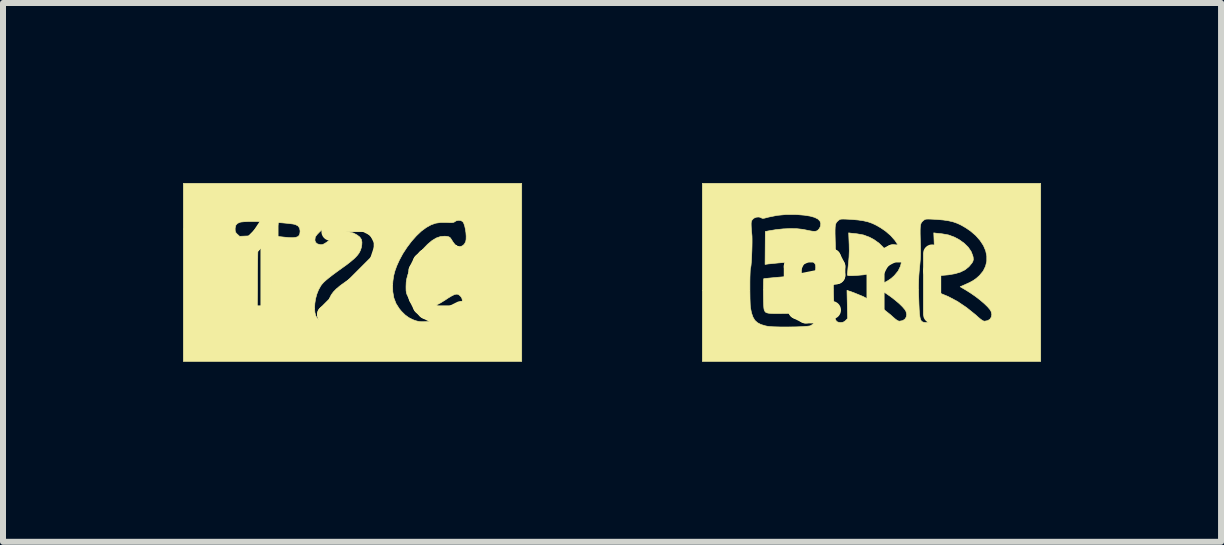
<source format=kicad_pcb>
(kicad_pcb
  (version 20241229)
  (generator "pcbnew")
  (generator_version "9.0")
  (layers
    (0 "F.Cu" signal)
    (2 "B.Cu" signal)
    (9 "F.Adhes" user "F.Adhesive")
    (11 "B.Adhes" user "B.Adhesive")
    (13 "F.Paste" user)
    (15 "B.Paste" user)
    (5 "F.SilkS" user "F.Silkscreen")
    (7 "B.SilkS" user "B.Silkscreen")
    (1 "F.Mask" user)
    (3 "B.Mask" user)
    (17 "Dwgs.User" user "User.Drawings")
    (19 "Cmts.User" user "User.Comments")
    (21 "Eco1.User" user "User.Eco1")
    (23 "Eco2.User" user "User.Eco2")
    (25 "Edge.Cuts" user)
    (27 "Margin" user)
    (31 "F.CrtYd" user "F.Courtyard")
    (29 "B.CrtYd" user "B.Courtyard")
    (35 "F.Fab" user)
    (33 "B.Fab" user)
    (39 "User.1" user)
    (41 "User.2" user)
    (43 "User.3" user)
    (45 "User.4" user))
  (footprint "err"
    (layer "F.Cu")
    (at 11.467 1.5)
    (property "Reference" "err" (at 0 0 0) (layer "F.SilkS") (effects (font (size 1.524 1.524) (thickness 0.3))))
    (attr through_hole)
    (fp_poly (pts (xy -0.344 -0.665) (xy -0.317 -0.662) (xy -0.277 -0.658) (xy -0.237 -0.654) (xy -0.13 -0.635) (xy -0.026 -0.596) (xy 0.05 -0.555) (xy 0.133 -0.495) (xy 0.2 -0.429) (xy 0.248 -0.358) (xy 0.277 -0.286) (xy 0.282 -0.258) (xy 0.284 -0.222) (xy 0.276 -0.193) (xy 0.26 -0.166) (xy 0.211 -0.106) (xy 0.148 -0.056) (xy 0.071 -0.017) (xy -0.022 0.011) (xy -0.132 0.03) (xy -0.248 0.04) (xy -0.307 0.043) (xy -0.348 0.044) (xy -0.374 0.043) (xy -0.388 0.041) (xy -0.394 0.035) (xy -0.396 0.027) (xy -0.396 0.025) (xy -0.395 0.007) (xy -0.391 -0.029) (xy -0.387 -0.078) (xy -0.381 -0.135) (xy -0.378 -0.161) (xy -0.369 -0.267) (xy -0.365 -0.369) (xy -0.367 -0.478) (xy -0.368 -0.497) (xy -0.375 -0.67) (xy -0.344 -0.665)) (stroke (width 0.01) (type solid)) (fill yes) (layer "F.SilkS"))
    (fp_poly (pts (xy 1.074 -0.665) (xy 1.101 -0.662) (xy 1.14 -0.658) (xy 1.181 -0.654) (xy 1.288 -0.635) (xy 1.392 -0.596) (xy 1.468 -0.555) (xy 1.551 -0.495) (xy 1.618 -0.429) (xy 1.666 -0.358) (xy 1.694 -0.286) (xy 1.7 -0.258) (xy 1.702 -0.222) (xy 1.694 -0.193) (xy 1.678 -0.166) (xy 1.628 -0.106) (xy 1.566 -0.056) (xy 1.489 -0.017) (xy 1.396 0.011) (xy 1.286 0.03) (xy 1.17 0.04) (xy 1.11 0.043) (xy 1.07 0.044) (xy 1.044 0.043) (xy 1.03 0.041) (xy 1.024 0.035) (xy 1.022 0.027) (xy 1.022 0.025) (xy 1.023 0.007) (xy 1.026 -0.029) (xy 1.031 -0.078) (xy 1.037 -0.135) (xy 1.04 -0.161) (xy 1.049 -0.267) (xy 1.053 -0.369) (xy 1.051 -0.478) (xy 1.05 -0.497) (xy 1.043 -0.67) (xy 1.074 -0.665)) (stroke (width 0.01) (type solid)) (fill yes) (layer "F.SilkS"))
    (fp_poly (pts (xy 2.825 1.473) (xy -2.814 1.473) (xy -2.814 0.217) (xy -2.021 0.217) (xy -2.021 0.292) (xy -2.02 0.365) (xy -2.019 0.433) (xy -2.017 0.493) (xy -2.015 0.54) (xy -2.012 0.572) (xy -2.012 0.576) (xy -1.994 0.665) (xy -1.97 0.734) (xy -1.938 0.788) (xy -1.894 0.828) (xy -1.838 0.857) (xy -1.765 0.879) (xy -1.732 0.886) (xy -1.693 0.891) (xy -1.639 0.895) (xy -1.572 0.897) (xy -1.496 0.899) (xy -1.416 0.899) (xy -1.334 0.898) (xy -1.253 0.897) (xy -1.179 0.894) (xy -1.113 0.89) (xy -1.06 0.886) (xy -1.023 0.881) (xy -1.01 0.877) (xy -0.967 0.849) (xy -0.941 0.811) (xy -0.933 0.768) (xy -0.943 0.725) (xy -0.967 0.691) (xy -1 0.658) (xy -1.162 0.665) (xy -1.232 0.668) (xy -1.315 0.671) (xy -1.403 0.673) (xy -1.487 0.674) (xy -1.523 0.675) (xy -1.603 0.675) (xy -1.665 0.673) (xy -1.71 0.669) (xy -1.741 0.662) (xy -1.762 0.65) (xy -1.775 0.632) (xy -1.784 0.608) (xy -1.788 0.585) (xy -1.79 0.562) (xy -1.792 0.522) (xy -1.794 0.471) (xy -1.795 0.412) (xy -1.796 0.348) (xy -1.796 0.284) (xy -1.796 0.223) (xy -1.795 0.197) (xy -0.629 0.197) (xy -0.629 0.28) (xy -0.627 0.375) (xy -0.623 0.486) (xy -0.622 0.517) (xy -0.618 0.607) (xy -0.613 0.678) (xy -0.606 0.731) (xy -0.597 0.77) (xy -0.583 0.796) (xy -0.566 0.812) (xy -0.542 0.821) (xy -0.513 0.824) (xy -0.502 0.824) (xy -0.467 0.819) (xy -0.438 0.801) (xy -0.426 0.791) (xy -0.393 0.757) (xy -0.403 0.288) (xy -0.293 0.326) (xy -0.134 0.391) (xy 0.02 0.473) (xy 0.171 0.575) (xy 0.323 0.696) (xy 0.366 0.735) (xy 0.407 0.77) (xy 0.438 0.792) (xy 0.462 0.801) (xy 0.472 0.802) (xy 0.523 0.793) (xy 0.561 0.769) (xy 0.584 0.733) (xy 0.592 0.69) (xy 0.581 0.642) (xy 0.562 0.609) (xy 0.522 0.562) (xy 0.467 0.508) (xy 0.398 0.45) (xy 0.322 0.391) (xy 0.241 0.335) (xy 0.159 0.283) (xy 0.156 0.281) (xy 0.065 0.228) (xy 0.138 0.197) (xy 0.789 0.197) (xy 0.789 0.28) (xy 0.791 0.375) (xy 0.795 0.486) (xy 0.796 0.517) (xy 0.8 0.607) (xy 0.805 0.678) (xy 0.812 0.731) (xy 0.821 0.77) (xy 0.834 0.796) (xy 0.852 0.812) (xy 0.876 0.821) (xy 0.905 0.824) (xy 0.916 0.824) (xy 0.951 0.819) (xy 0.98 0.801) (xy 0.991 0.791) (xy 1.025 0.757) (xy 1.015 0.288) (xy 1.125 0.326) (xy 1.283 0.391) (xy 1.438 0.473) (xy 1.589 0.575) (xy 1.74 0.696) (xy 1.783 0.735) (xy 1.825 0.77) (xy 1.856 0.792) (xy 1.88 0.801) (xy 1.89 0.802) (xy 1.941 0.793) (xy 1.979 0.769) (xy 2.002 0.733) (xy 2.01 0.69) (xy 1.999 0.642) (xy 1.98 0.609) (xy 1.94 0.562) (xy 1.884 0.508) (xy 1.816 0.45) (xy 1.74 0.391) (xy 1.659 0.335) (xy 1.577 0.283) (xy 1.573 0.281) (xy 1.483 0.228) (xy 1.565 0.192) (xy 1.64 0.158) (xy 1.7 0.125) (xy 1.75 0.09) (xy 1.796 0.049) (xy 1.807 0.039) (xy 1.867 -0.034) (xy 1.906 -0.114) (xy 1.926 -0.197) (xy 1.926 -0.284) (xy 1.908 -0.371) (xy 1.871 -0.458) (xy 1.815 -0.543) (xy 1.743 -0.625) (xy 1.653 -0.702) (xy 1.578 -0.753) (xy 1.506 -0.795) (xy 1.437 -0.828) (xy 1.366 -0.853) (xy 1.289 -0.871) (xy 1.202 -0.884) (xy 1.099 -0.893) (xy 1.05 -0.896) (xy 0.991 -0.899) (xy 0.95 -0.9) (xy 0.922 -0.899) (xy 0.903 -0.896) (xy 0.889 -0.889) (xy 0.876 -0.88) (xy 0.856 -0.863) (xy 0.841 -0.846) (xy 0.83 -0.826) (xy 0.822 -0.8) (xy 0.818 -0.765) (xy 0.816 -0.718) (xy 0.816 -0.656) (xy 0.818 -0.577) (xy 0.819 -0.54) (xy 0.822 -0.443) (xy 0.822 -0.361) (xy 0.821 -0.289) (xy 0.818 -0.222) (xy 0.812 -0.152) (xy 0.808 -0.112) (xy 0.8 -0.029) (xy 0.794 0.047) (xy 0.791 0.12) (xy 0.789 0.197) (xy 0.138 0.197) (xy 0.147 0.192) (xy 0.223 0.158) (xy 0.282 0.125) (xy 0.333 0.09) (xy 0.379 0.049) (xy 0.389 0.039) (xy 0.449 -0.034) (xy 0.488 -0.114) (xy 0.508 -0.197) (xy 0.508 -0.284) (xy 0.49 -0.371) (xy 0.453 -0.458) (xy 0.397 -0.543) (xy 0.325 -0.625) (xy 0.235 -0.702) (xy 0.16 -0.753) (xy 0.088 -0.795) (xy 0.019 -0.828) (xy -0.052 -0.853) (xy -0.129 -0.871) (xy -0.216 -0.884) (xy -0.319 -0.893) (xy -0.368 -0.896) (xy -0.427 -0.899) (xy -0.468 -0.9) (xy -0.496 -0.899) (xy -0.515 -0.896) (xy -0.529 -0.889) (xy -0.542 -0.88) (xy -0.561 -0.863) (xy -0.577 -0.846) (xy -0.588 -0.826) (xy -0.596 -0.8) (xy -0.6 -0.765) (xy -0.602 -0.718) (xy -0.602 -0.656) (xy -0.6 -0.577) (xy -0.599 -0.54) (xy -0.596 -0.443) (xy -0.595 -0.361) (xy -0.597 -0.289) (xy -0.6 -0.222) (xy -0.606 -0.152) (xy -0.61 -0.112) (xy -0.618 -0.029) (xy -0.623 0.047) (xy -0.627 0.12) (xy -0.629 0.197) (xy -1.795 0.197) (xy -1.795 0.17) (xy -1.794 0.129) (xy -1.792 0.102) (xy -1.79 0.094) (xy -1.779 0.092) (xy -1.748 0.089) (xy -1.7 0.084) (xy -1.637 0.078) (xy -1.563 0.071) (xy -1.479 0.064) (xy -1.392 0.056) (xy -1.301 0.048) (xy -1.215 0.04) (xy -1.139 0.032) (xy -1.074 0.024) (xy -1.023 0.018) (xy -0.989 0.013) (xy -0.975 0.009) (xy -0.945 -0.013) (xy -0.929 -0.043) (xy -0.924 -0.087) (xy -0.924 -0.092) (xy -0.926 -0.128) (xy -0.936 -0.154) (xy -0.955 -0.177) (xy -0.979 -0.197) (xy -1.004 -0.206) (xy -1.039 -0.209) (xy -1.045 -0.209) (xy -1.068 -0.208) (xy -1.11 -0.205) (xy -1.167 -0.201) (xy -1.234 -0.195) (xy -1.309 -0.189) (xy -1.388 -0.182) (xy -1.467 -0.175) (xy -1.542 -0.169) (xy -1.611 -0.162) (xy -1.669 -0.156) (xy -1.713 -0.152) (xy -1.733 -0.149) (xy -1.768 -0.144) (xy -1.764 -0.692) (xy -1.709 -0.703) (xy -1.588 -0.723) (xy -1.466 -0.736) (xy -1.347 -0.741) (xy -1.236 -0.739) (xy -1.139 -0.728) (xy -1.099 -0.72) (xy -1.032 -0.706) (xy -0.981 -0.697) (xy -0.944 -0.695) (xy -0.917 -0.698) (xy -0.896 -0.708) (xy -0.888 -0.714) (xy -0.864 -0.741) (xy -0.847 -0.775) (xy -0.845 -0.779) (xy -0.84 -0.826) (xy -0.854 -0.867) (xy -0.889 -0.901) (xy -0.943 -0.928) (xy -1.018 -0.949) (xy -1.114 -0.964) (xy -1.231 -0.974) (xy -1.264 -0.975) (xy -1.422 -0.975) (xy -1.568 -0.961) (xy -1.706 -0.933) (xy -1.741 -0.924) (xy -1.78 -0.914) (xy -1.806 -0.911) (xy -1.822 -0.915) (xy -1.831 -0.92) (xy -1.867 -0.934) (xy -1.91 -0.932) (xy -1.951 -0.916) (xy -1.968 -0.902) (xy -1.986 -0.882) (xy -1.996 -0.861) (xy -2 -0.833) (xy -2 -0.8) (xy -1.998 -0.752) (xy -1.994 -0.695) (xy -1.989 -0.648) (xy -1.986 -0.616) (xy -1.985 -0.568) (xy -1.985 -0.509) (xy -1.986 -0.443) (xy -1.988 -0.373) (xy -1.991 -0.303) (xy -1.994 -0.236) (xy -1.998 -0.177) (xy -2.002 -0.129) (xy -2.007 -0.096) (xy -2.011 -0.082) (xy -2.014 -0.068) (xy -2.016 -0.034) (xy -2.018 0.014) (xy -2.02 0.074) (xy -2.021 0.143) (xy -2.021 0.217) (xy -2.814 0.217) (xy -2.814 -1.495) (xy 2.825 -1.495) (xy 2.825 1.473)) (stroke (width 0.01) (type solid)) (fill yes) (layer "F.SilkS")))
  (footprint "12c"
    (layer "F.Cu")
    (at 2.819 1.5)
    (property "Reference" "12c" (at 0 0 0) (layer "F.SilkS") (effects (font (size 1.524 1.524) (thickness 0.3))))
    (attr through_hole)
    (fp_poly (pts (xy 2.825 1.473) (xy -2.814 1.473) (xy -2.814 -0.734) (xy -1.951 -0.734) (xy -1.949 -0.699) (xy -1.94 -0.675) (xy -1.92 -0.652) (xy -1.913 -0.646) (xy -1.876 -0.612) (xy -1.717 -0.619) (xy -1.558 -0.625) (xy -1.567 -0.524) (xy -1.569 -0.492) (xy -1.571 -0.44) (xy -1.572 -0.372) (xy -1.574 -0.291) (xy -1.575 -0.199) (xy -1.576 -0.099) (xy -1.577 0.006) (xy -1.577 0.073) (xy -1.577 0.176) (xy -1.577 0.271) (xy -1.578 0.358) (xy -1.579 0.433) (xy -1.58 0.494) (xy -1.581 0.54) (xy -1.582 0.568) (xy -1.583 0.576) (xy -1.596 0.579) (xy -1.626 0.584) (xy -1.669 0.589) (xy -1.72 0.595) (xy -1.721 0.595) (xy -1.788 0.602) (xy -1.837 0.611) (xy -1.872 0.623) (xy -1.895 0.639) (xy -1.911 0.66) (xy -1.918 0.674) (xy -1.928 0.721) (xy -1.916 0.764) (xy -1.888 0.797) (xy -1.87 0.809) (xy -1.848 0.818) (xy -1.819 0.823) (xy -1.779 0.824) (xy -1.727 0.822) (xy -1.659 0.817) (xy -1.572 0.808) (xy -1.566 0.808) (xy -1.504 0.803) (xy -1.426 0.798) (xy -1.341 0.794) (xy -1.255 0.792) (xy -1.189 0.792) (xy -1.114 0.791) (xy -1.057 0.791) (xy -1.017 0.79) (xy -0.988 0.788) (xy -0.969 0.784) (xy -0.956 0.779) (xy -0.947 0.772) (xy -0.94 0.765) (xy -0.912 0.723) (xy -0.902 0.676) (xy -0.91 0.628) (xy -0.936 0.587) (xy -0.937 0.586) (xy -0.627 0.586) (xy -0.622 0.654) (xy -0.608 0.711) (xy -0.583 0.752) (xy -0.582 0.753) (xy -0.573 0.763) (xy -0.563 0.771) (xy -0.55 0.777) (xy -0.533 0.782) (xy -0.51 0.785) (xy -0.477 0.786) (xy -0.435 0.786) (xy -0.379 0.785) (xy -0.308 0.782) (xy -0.221 0.778) (xy -0.115 0.772) (xy -0.06 0.77) (xy 0.019 0.766) (xy 0.079 0.764) (xy 0.125 0.763) (xy 0.159 0.765) (xy 0.186 0.768) (xy 0.208 0.773) (xy 0.215 0.775) (xy 0.275 0.789) (xy 0.32 0.79) (xy 0.355 0.778) (xy 0.378 0.759) (xy 0.405 0.719) (xy 0.411 0.677) (xy 0.396 0.637) (xy 0.376 0.615) (xy 0.338 0.588) (xy 0.29 0.569) (xy 0.229 0.557) (xy 0.152 0.551) (xy 0.094 0.55) (xy 0.032 0.55) (xy -0.039 0.553) (xy -0.116 0.557) (xy -0.193 0.561) (xy -0.264 0.566) (xy -0.324 0.572) (xy -0.368 0.577) (xy -0.372 0.578) (xy -0.41 0.584) (xy -0.402 0.527) (xy -0.391 0.467) (xy -0.374 0.413) (xy -0.349 0.363) (xy -0.314 0.315) (xy -0.267 0.266) (xy -0.205 0.214) (xy -0.175 0.192) (xy 0.674 0.192) (xy 0.676 0.31) (xy 0.694 0.414) (xy 0.73 0.508) (xy 0.784 0.593) (xy 0.821 0.638) (xy 0.882 0.698) (xy 0.942 0.742) (xy 1.007 0.775) (xy 1.043 0.789) (xy 1.079 0.8) (xy 1.111 0.807) (xy 1.147 0.811) (xy 1.192 0.811) (xy 1.236 0.809) (xy 1.299 0.806) (xy 1.347 0.8) (xy 1.392 0.79) (xy 1.44 0.774) (xy 1.453 0.77) (xy 1.522 0.74) (xy 1.598 0.698) (xy 1.674 0.651) (xy 1.742 0.601) (xy 1.789 0.561) (xy 1.816 0.533) (xy 1.83 0.51) (xy 1.835 0.484) (xy 1.835 0.468) (xy 1.831 0.429) (xy 1.815 0.399) (xy 1.804 0.386) (xy 1.781 0.365) (xy 1.757 0.353) (xy 1.731 0.352) (xy 1.698 0.361) (xy 1.656 0.382) (xy 1.601 0.415) (xy 1.559 0.443) (xy 1.478 0.494) (xy 1.408 0.531) (xy 1.346 0.556) (xy 1.286 0.571) (xy 1.226 0.576) (xy 1.209 0.577) (xy 1.128 0.566) (xy 1.056 0.536) (xy 0.995 0.486) (xy 0.943 0.417) (xy 0.926 0.385) (xy 0.911 0.353) (xy 0.903 0.325) (xy 0.898 0.293) (xy 0.897 0.25) (xy 0.897 0.22) (xy 0.9 0.152) (xy 0.909 0.095) (xy 0.925 0.036) (xy 0.927 0.027) (xy 0.97 -0.078) (xy 1.027 -0.187) (xy 1.097 -0.295) (xy 1.175 -0.395) (xy 1.255 -0.478) (xy 1.33 -0.541) (xy 1.401 -0.584) (xy 1.47 -0.608) (xy 1.541 -0.614) (xy 1.578 -0.611) (xy 1.609 -0.604) (xy 1.63 -0.592) (xy 1.648 -0.568) (xy 1.658 -0.552) (xy 1.681 -0.516) (xy 1.707 -0.482) (xy 1.716 -0.471) (xy 1.753 -0.446) (xy 1.793 -0.44) (xy 1.832 -0.451) (xy 1.866 -0.478) (xy 1.89 -0.52) (xy 1.891 -0.522) (xy 1.898 -0.562) (xy 1.899 -0.614) (xy 1.895 -0.673) (xy 1.886 -0.732) (xy 1.874 -0.786) (xy 1.859 -0.829) (xy 1.844 -0.855) (xy 1.812 -0.874) (xy 1.772 -0.879) (xy 1.732 -0.87) (xy 1.713 -0.858) (xy 1.699 -0.849) (xy 1.682 -0.843) (xy 1.658 -0.841) (xy 1.62 -0.841) (xy 1.571 -0.843) (xy 1.475 -0.843) (xy 1.392 -0.831) (xy 1.315 -0.804) (xy 1.237 -0.761) (xy 1.231 -0.757) (xy 1.151 -0.698) (xy 1.07 -0.621) (xy 0.989 -0.53) (xy 0.913 -0.429) (xy 0.843 -0.322) (xy 0.785 -0.214) (xy 0.742 -0.119) (xy 0.711 -0.033) (xy 0.69 0.049) (xy 0.678 0.135) (xy 0.674 0.192) (xy -0.175 0.192) (xy -0.128 0.158) (xy -0.045 0.101) (xy 0.059 0.03) (xy 0.145 -0.035) (xy 0.214 -0.095) (xy 0.269 -0.152) (xy 0.312 -0.21) (xy 0.344 -0.269) (xy 0.367 -0.332) (xy 0.38 -0.383) (xy 0.394 -0.48) (xy 0.392 -0.563) (xy 0.374 -0.636) (xy 0.339 -0.701) (xy 0.308 -0.739) (xy 0.233 -0.806) (xy 0.146 -0.856) (xy 0.051 -0.887) (xy -0.049 -0.901) (xy -0.152 -0.896) (xy -0.255 -0.871) (xy -0.335 -0.838) (xy -0.388 -0.808) (xy -0.442 -0.771) (xy -0.495 -0.729) (xy -0.543 -0.686) (xy -0.582 -0.646) (xy -0.608 -0.612) (xy -0.616 -0.595) (xy -0.622 -0.547) (xy -0.609 -0.51) (xy -0.578 -0.485) (xy -0.531 -0.473) (xy -0.512 -0.473) (xy -0.492 -0.476) (xy -0.468 -0.487) (xy -0.435 -0.507) (xy -0.391 -0.539) (xy -0.365 -0.559) (xy -0.319 -0.594) (xy -0.275 -0.625) (xy -0.237 -0.649) (xy -0.212 -0.662) (xy -0.212 -0.662) (xy -0.131 -0.685) (xy -0.055 -0.687) (xy 0.02 -0.667) (xy 0.08 -0.635) (xy 0.126 -0.6) (xy 0.152 -0.562) (xy 0.162 -0.516) (xy 0.16 -0.474) (xy 0.152 -0.424) (xy 0.137 -0.379) (xy 0.115 -0.335) (xy 0.083 -0.292) (xy 0.04 -0.247) (xy -0.017 -0.198) (xy -0.089 -0.141) (xy -0.17 -0.083) (xy -0.26 -0.018) (xy -0.333 0.036) (xy -0.392 0.082) (xy -0.438 0.12) (xy -0.474 0.153) (xy -0.501 0.183) (xy -0.522 0.21) (xy -0.525 0.215) (xy -0.561 0.28) (xy -0.59 0.353) (xy -0.611 0.431) (xy -0.623 0.51) (xy -0.627 0.586) (xy -0.937 0.586) (xy -0.941 0.582) (xy -0.952 0.572) (xy -0.963 0.565) (xy -0.978 0.561) (xy -1.001 0.558) (xy -1.035 0.557) (xy -1.083 0.557) (xy -1.15 0.558) (xy -1.16 0.559) (xy -1.352 0.562) (xy -1.354 0.284) (xy -1.355 0.194) (xy -1.355 0.097) (xy -1.354 -0.003) (xy -1.353 -0.104) (xy -1.351 -0.204) (xy -1.349 -0.298) (xy -1.346 -0.384) (xy -1.344 -0.459) (xy -1.341 -0.519) (xy -1.338 -0.562) (xy -1.336 -0.579) (xy -1.328 -0.609) (xy -1.318 -0.621) (xy -1.316 -0.621) (xy -1.3 -0.618) (xy -1.268 -0.614) (xy -1.222 -0.608) (xy -1.166 -0.602) (xy -1.14 -0.599) (xy -1.055 -0.591) (xy -0.989 -0.589) (xy -0.94 -0.595) (xy -0.905 -0.607) (xy -0.883 -0.629) (xy -0.872 -0.66) (xy -0.868 -0.701) (xy -0.868 -0.701) (xy -0.877 -0.75) (xy -0.904 -0.786) (xy -0.949 -0.809) (xy -0.985 -0.817) (xy -1.073 -0.828) (xy -1.17 -0.837) (xy -1.271 -0.844) (xy -1.374 -0.851) (xy -1.476 -0.855) (xy -1.573 -0.858) (xy -1.662 -0.859) (xy -1.741 -0.858) (xy -1.805 -0.855) (xy -1.853 -0.85) (xy -1.87 -0.846) (xy -1.913 -0.827) (xy -1.939 -0.797) (xy -1.95 -0.753) (xy -1.951 -0.734) (xy -2.814 -0.734) (xy -2.814 -1.495) (xy 2.825 -1.495) (xy 2.825 1.473)) (stroke (width 0.01) (type solid)) (fill yes) (layer "F.SilkS")))
  (gr_rect
    (start -3 -3)
    (end 17.297 5.978)
    (stroke (width 0.1) (type default))
    (fill no)
    (layer "Edge.Cuts")))
</source>
